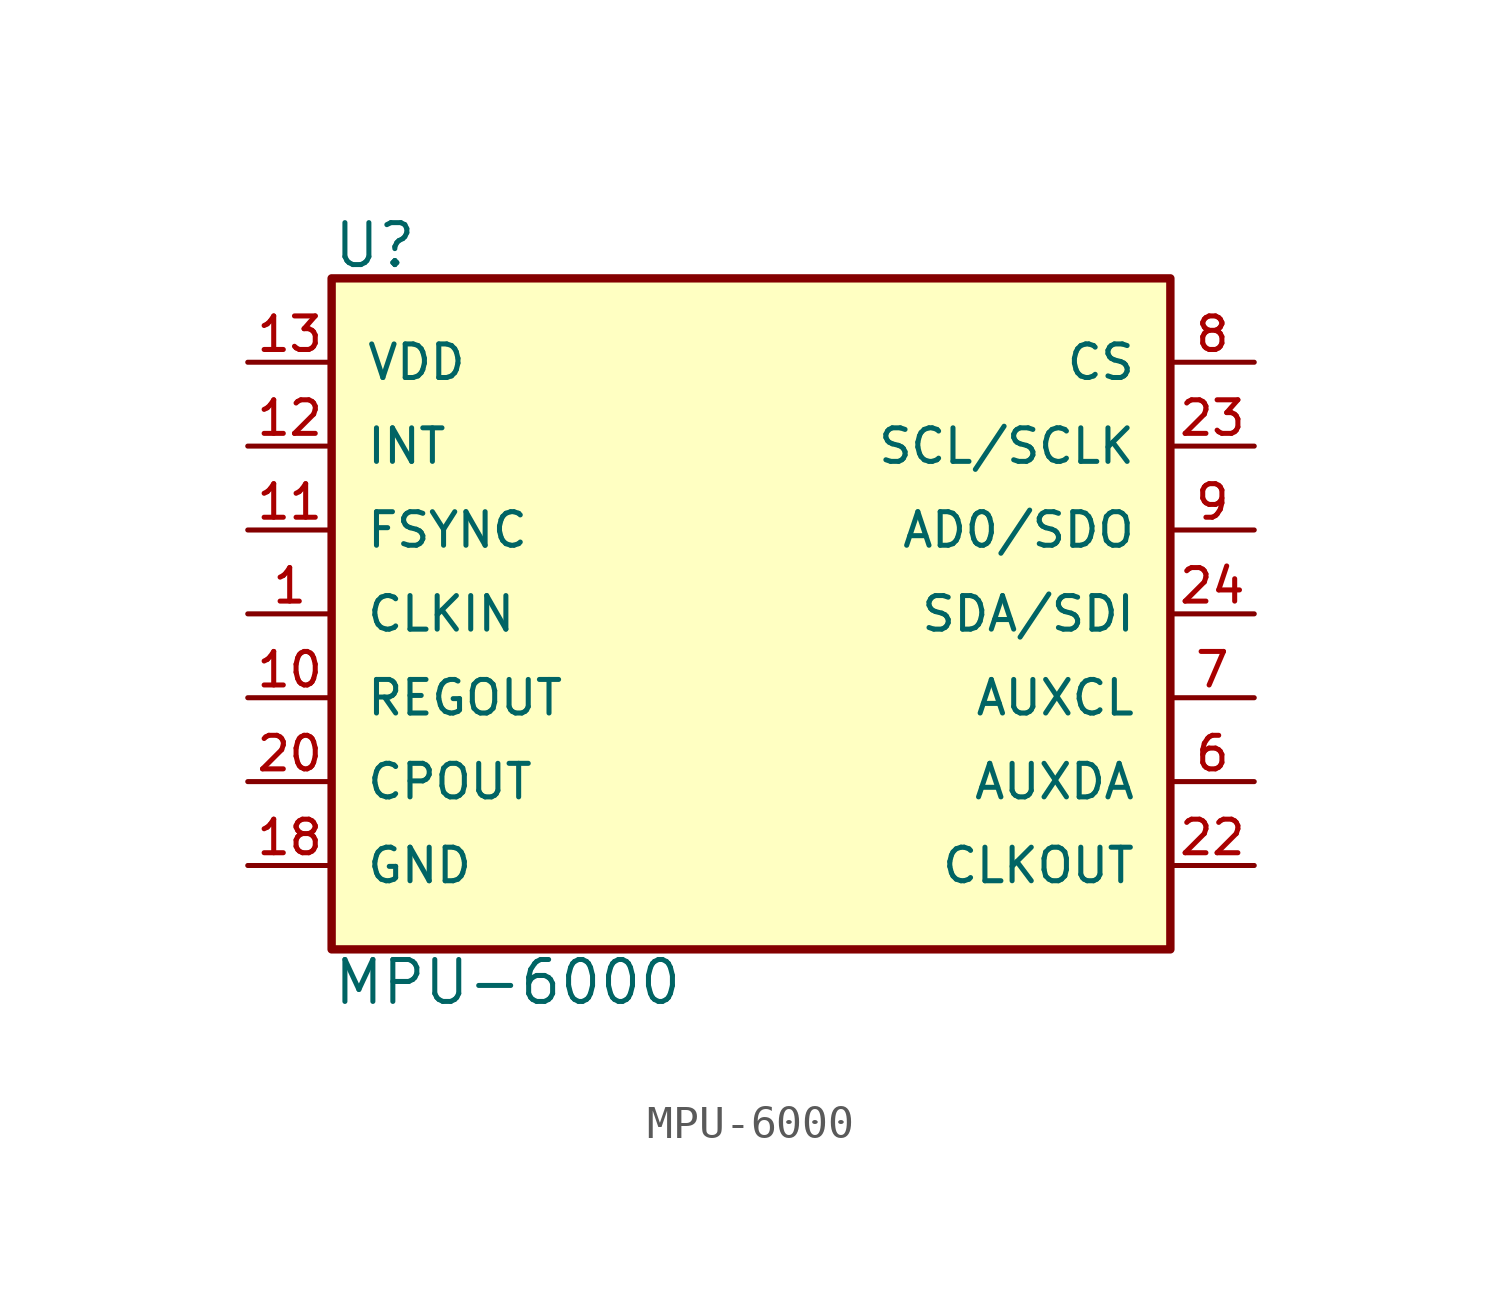
<source format=kicad_sym>
(kicad_symbol_lib
  (version 20211014)
  (generator kicad_symbol_editor)
  (symbol "MPU-6000"
    (pin_names
      (offset 1.016))
    (property "Reference" "U"
      (at -12.7 10.414 0)
      (effects (font (size 1.27 1.27)) (justify bottom left)))
    (property "Value" "MPU-6000"
      (at -12.7 -10.414 0)
      (effects (font (size 1.27 1.27)) (justify top left)))
    (symbol "MPU-6000_0_0"
      (rectangle (start -12.7 -10.16) (end 12.7 10.16) (stroke (width 0.254)) (fill (type background)))
      (pin bidirectional line (at -15.24 7.62 0) (length 2.54) (name "VDD" (effects (font (size 1.016 1.016)))) (number "13" (effects (font (size 1.016 1.016)))))
      (pin bidirectional line (at -15.24 5.08 0) (length 2.54) (name "INT" (effects (font (size 1.016 1.016)))) (number "12" (effects (font (size 1.016 1.016)))))
      (pin bidirectional line (at -15.24 2.54 0) (length 2.54) (name "FSYNC" (effects (font (size 1.016 1.016)))) (number "11" (effects (font (size 1.016 1.016)))))
      (pin bidirectional line (at -15.24 0.0 0) (length 2.54) (name "CLKIN" (effects (font (size 1.016 1.016)))) (number "1" (effects (font (size 1.016 1.016)))))
      (pin bidirectional line (at -15.24 -2.54 0) (length 2.54) (name "REGOUT" (effects (font (size 1.016 1.016)))) (number "10" (effects (font (size 1.016 1.016)))))
      (pin bidirectional line (at -15.24 -5.08 0) (length 2.54) (name "CPOUT" (effects (font (size 1.016 1.016)))) (number "20" (effects (font (size 1.016 1.016)))))
      (pin bidirectional line (at -15.24 -7.62 0) (length 2.54) (name "GND" (effects (font (size 1.016 1.016)))) (number "18" (effects (font (size 1.016 1.016)))))
      (pin bidirectional line (at 15.24 -5.08 180.0) (length 2.54) (name "AUXDA" (effects (font (size 1.016 1.016)))) (number "6" (effects (font (size 1.016 1.016)))))
      (pin bidirectional line (at 15.24 -2.54 180.0) (length 2.54) (name "AUXCL" (effects (font (size 1.016 1.016)))) (number "7" (effects (font (size 1.016 1.016)))))
      (pin bidirectional line (at 15.24 7.62 180.0) (length 2.54) (name "CS" (effects (font (size 1.016 1.016)))) (number "8" (effects (font (size 1.016 1.016)))))
      (pin bidirectional line (at 15.24 5.08 180.0) (length 2.54) (name "SCL/SCLK" (effects (font (size 1.016 1.016)))) (number "23" (effects (font (size 1.016 1.016)))))
      (pin bidirectional line (at 15.24 -7.62 180.0) (length 2.54) (name "CLKOUT" (effects (font (size 1.016 1.016)))) (number "22" (effects (font (size 1.016 1.016)))))
      (pin bidirectional line (at 15.24 2.54 180.0) (length 2.54) (name "AD0/SDO" (effects (font (size 1.016 1.016)))) (number "9" (effects (font (size 1.016 1.016)))))
      (pin bidirectional line (at 15.24 0.0 180.0) (length 2.54) (name "SDA/SDI" (effects (font (size 1.016 1.016)))) (number "24" (effects (font (size 1.016 1.016))))))))
</source>
